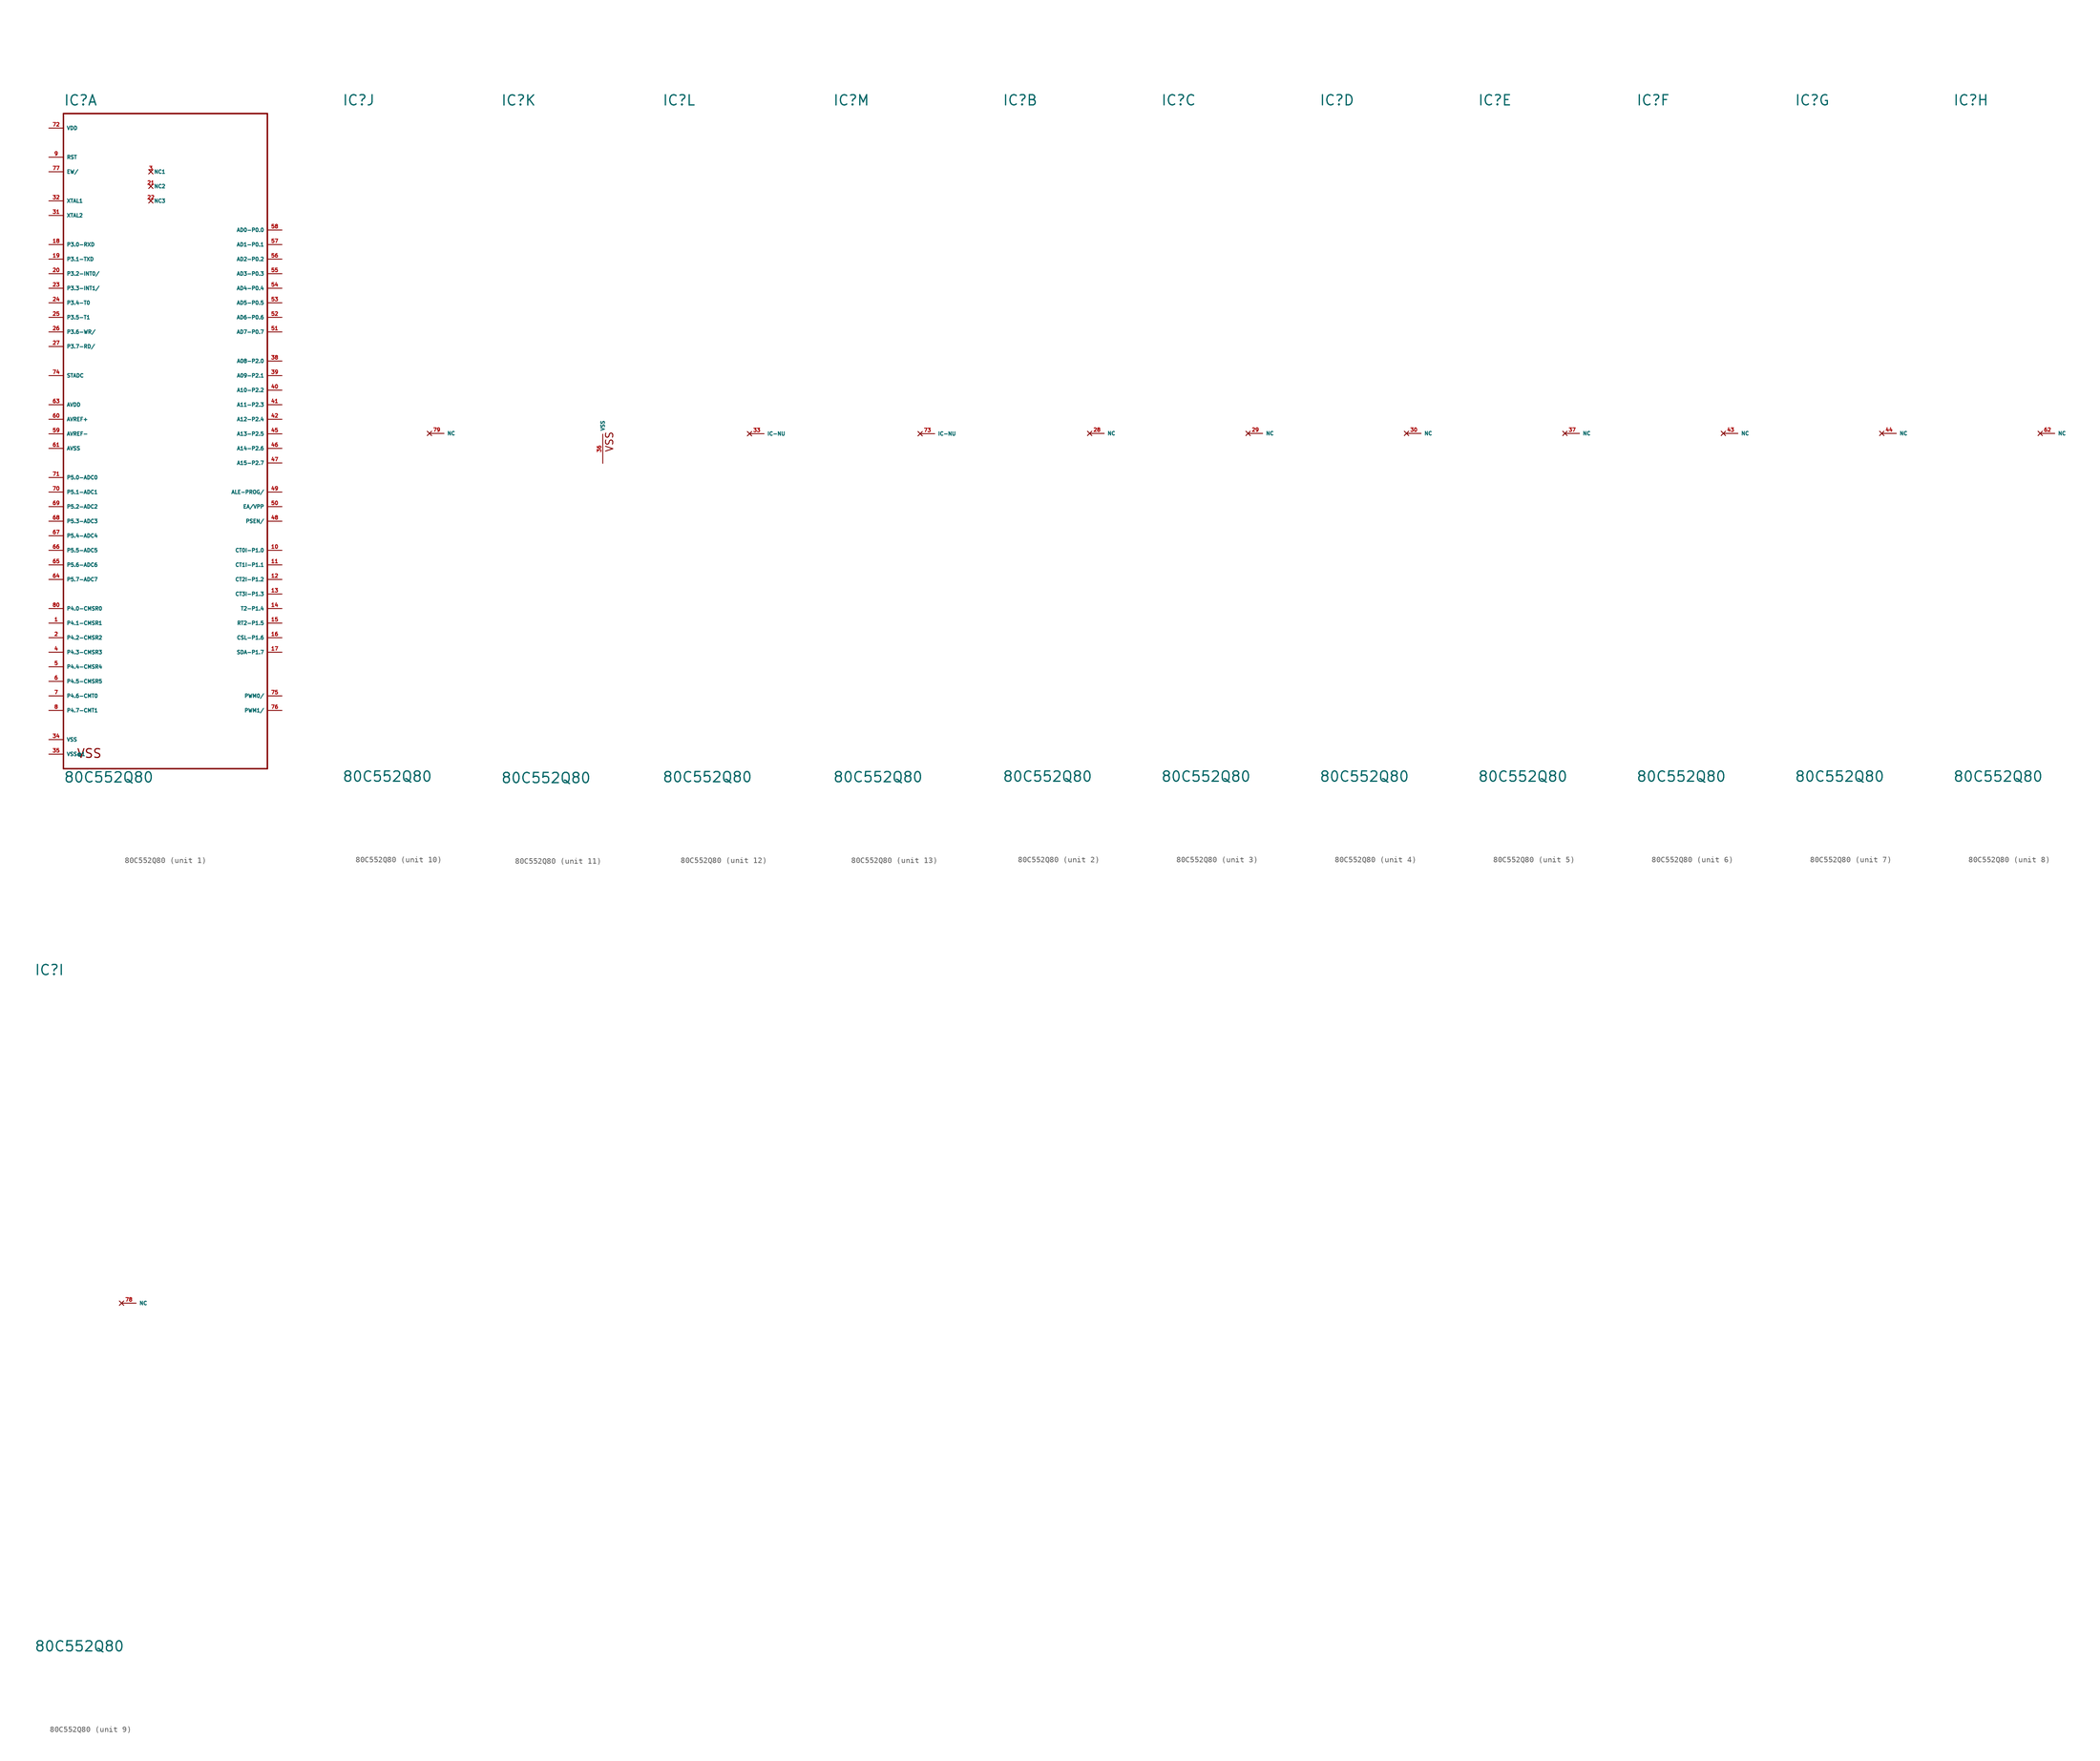
<source format=kicad_sym>
(kicad_symbol_lib
  (version 20220914)
  (generator Eagle2Kicad)
  (symbol "80C552Q80"
    (property "Reference" "IC"
      (at -17.78 57.15 0)
      (effects (font (size 1.778 1.778) (thickness 0.22)) (justify left bottom)))
    (property "Value" "80C552Q80"
      (at -17.78 -60.96 0)
      (effects (font (size 1.778 1.778) (thickness 0.22)) (justify left bottom)))
    (symbol "80C552Q80_1_0"
      (polyline (pts (xy -17.78 55.88) (xy 17.78 55.88)) (stroke (width 0.254) (type default)) (fill (type none)))
      (polyline (pts (xy 17.78 55.88) (xy 17.78 -58.42)) (stroke (width 0.254) (type default)) (fill (type none)))
      (polyline (pts (xy 17.78 -58.42) (xy -17.78 -58.42)) (stroke (width 0.254) (type default)) (fill (type none)))
      (polyline (pts (xy -17.78 -58.42) (xy -17.78 55.88)) (stroke (width 0.254) (type default)) (fill (type none)))
      (text "VSS" (at -15.494 -56.642 0) (effects (font (size 1.524 1.524) (thickness 0.19)) (justify left bottom)))
      (pin bidirectional line (at 20.32 35.56 180) (length 2.54) (name "AD0-P0.0" (effects (font (size 0.635 0.635) (thickness 0.08)) (justify left bottom))) (number "58" (effects (font (size 0.635 0.635) (thickness 0.08)) (justify left bottom))))
      (pin bidirectional line (at 20.32 33.02 180) (length 2.54) (name "AD1-P0.1" (effects (font (size 0.635 0.635) (thickness 0.08)) (justify left bottom))) (number "57" (effects (font (size 0.635 0.635) (thickness 0.08)) (justify left bottom))))
      (pin bidirectional line (at 20.32 30.48 180) (length 2.54) (name "AD2-P0.2" (effects (font (size 0.635 0.635) (thickness 0.08)) (justify left bottom))) (number "56" (effects (font (size 0.635 0.635) (thickness 0.08)) (justify left bottom))))
      (pin bidirectional line (at 20.32 27.94 180) (length 2.54) (name "AD3-P0.3" (effects (font (size 0.635 0.635) (thickness 0.08)) (justify left bottom))) (number "55" (effects (font (size 0.635 0.635) (thickness 0.08)) (justify left bottom))))
      (pin bidirectional line (at 20.32 25.4 180) (length 2.54) (name "AD4-P0.4" (effects (font (size 0.635 0.635) (thickness 0.08)) (justify left bottom))) (number "54" (effects (font (size 0.635 0.635) (thickness 0.08)) (justify left bottom))))
      (pin bidirectional line (at 20.32 22.86 180) (length 2.54) (name "AD5-P0.5" (effects (font (size 0.635 0.635) (thickness 0.08)) (justify left bottom))) (number "53" (effects (font (size 0.635 0.635) (thickness 0.08)) (justify left bottom))))
      (pin bidirectional line (at 20.32 20.32 180) (length 2.54) (name "AD6-P0.6" (effects (font (size 0.635 0.635) (thickness 0.08)) (justify left bottom))) (number "52" (effects (font (size 0.635 0.635) (thickness 0.08)) (justify left bottom))))
      (pin bidirectional line (at 20.32 17.78 180) (length 2.54) (name "AD7-P0.7" (effects (font (size 0.635 0.635) (thickness 0.08)) (justify left bottom))) (number "51" (effects (font (size 0.635 0.635) (thickness 0.08)) (justify left bottom))))
      (pin bidirectional line (at 20.32 -20.32 180) (length 2.54) (name "CT0I-P1.0" (effects (font (size 0.635 0.635) (thickness 0.08)) (justify left bottom))) (number "10" (effects (font (size 0.635 0.635) (thickness 0.08)) (justify left bottom))))
      (pin bidirectional line (at 20.32 -22.86 180) (length 2.54) (name "CT1I-P1.1" (effects (font (size 0.635 0.635) (thickness 0.08)) (justify left bottom))) (number "11" (effects (font (size 0.635 0.635) (thickness 0.08)) (justify left bottom))))
      (pin bidirectional line (at 20.32 -25.4 180) (length 2.54) (name "CT2I-P1.2" (effects (font (size 0.635 0.635) (thickness 0.08)) (justify left bottom))) (number "12" (effects (font (size 0.635 0.635) (thickness 0.08)) (justify left bottom))))
      (pin bidirectional line (at 20.32 -27.94 180) (length 2.54) (name "CT3I-P1.3" (effects (font (size 0.635 0.635) (thickness 0.08)) (justify left bottom))) (number "13" (effects (font (size 0.635 0.635) (thickness 0.08)) (justify left bottom))))
      (pin bidirectional line (at 20.32 -30.48 180) (length 2.54) (name "T2-P1.4" (effects (font (size 0.635 0.635) (thickness 0.08)) (justify left bottom))) (number "14" (effects (font (size 0.635 0.635) (thickness 0.08)) (justify left bottom))))
      (pin bidirectional line (at 20.32 -33.02 180) (length 2.54) (name "RT2-P1.5" (effects (font (size 0.635 0.635) (thickness 0.08)) (justify left bottom))) (number "15" (effects (font (size 0.635 0.635) (thickness 0.08)) (justify left bottom))))
      (pin bidirectional line (at 20.32 -35.56 180) (length 2.54) (name "CSL-P1.6" (effects (font (size 0.635 0.635) (thickness 0.08)) (justify left bottom))) (number "16" (effects (font (size 0.635 0.635) (thickness 0.08)) (justify left bottom))))
      (pin bidirectional line (at 20.32 -38.1 180) (length 2.54) (name "SDA-P1.7" (effects (font (size 0.635 0.635) (thickness 0.08)) (justify left bottom))) (number "17" (effects (font (size 0.635 0.635) (thickness 0.08)) (justify left bottom))))
      (pin bidirectional line (at 20.32 12.7 180) (length 2.54) (name "A08-P2.0" (effects (font (size 0.635 0.635) (thickness 0.08)) (justify left bottom))) (number "38" (effects (font (size 0.635 0.635) (thickness 0.08)) (justify left bottom))))
      (pin bidirectional line (at 20.32 10.16 180) (length 2.54) (name "A09-P2.1" (effects (font (size 0.635 0.635) (thickness 0.08)) (justify left bottom))) (number "39" (effects (font (size 0.635 0.635) (thickness 0.08)) (justify left bottom))))
      (pin bidirectional line (at 20.32 7.62 180) (length 2.54) (name "A10-P2.2" (effects (font (size 0.635 0.635) (thickness 0.08)) (justify left bottom))) (number "40" (effects (font (size 0.635 0.635) (thickness 0.08)) (justify left bottom))))
      (pin bidirectional line (at 20.32 5.08 180) (length 2.54) (name "A11-P2.3" (effects (font (size 0.635 0.635) (thickness 0.08)) (justify left bottom))) (number "41" (effects (font (size 0.635 0.635) (thickness 0.08)) (justify left bottom))))
      (pin bidirectional line (at 20.32 2.54 180) (length 2.54) (name "A12-P2.4" (effects (font (size 0.635 0.635) (thickness 0.08)) (justify left bottom))) (number "42" (effects (font (size 0.635 0.635) (thickness 0.08)) (justify left bottom))))
      (pin bidirectional line (at 20.32 0 180) (length 2.54) (name "A13-P2.5" (effects (font (size 0.635 0.635) (thickness 0.08)) (justify left bottom))) (number "45" (effects (font (size 0.635 0.635) (thickness 0.08)) (justify left bottom))))
      (pin bidirectional line (at 20.32 -2.54 180) (length 2.54) (name "A14-P2.6" (effects (font (size 0.635 0.635) (thickness 0.08)) (justify left bottom))) (number "46" (effects (font (size 0.635 0.635) (thickness 0.08)) (justify left bottom))))
      (pin bidirectional line (at 20.32 -5.08 180) (length 2.54) (name "A15-P2.7" (effects (font (size 0.635 0.635) (thickness 0.08)) (justify left bottom))) (number "47" (effects (font (size 0.635 0.635) (thickness 0.08)) (justify left bottom))))
      (pin bidirectional line (at -20.32 33.02 0) (length 2.54) (name "P3.0-RXD" (effects (font (size 0.635 0.635) (thickness 0.08)) (justify left bottom))) (number "18" (effects (font (size 0.635 0.635) (thickness 0.08)) (justify left bottom))))
      (pin bidirectional line (at -20.32 30.48 0) (length 2.54) (name "P3.1-TXD" (effects (font (size 0.635 0.635) (thickness 0.08)) (justify left bottom))) (number "19" (effects (font (size 0.635 0.635) (thickness 0.08)) (justify left bottom))))
      (pin bidirectional line (at -20.32 27.94 0) (length 2.54) (name "P3.2-INT0/" (effects (font (size 0.635 0.635) (thickness 0.08)) (justify left bottom))) (number "20" (effects (font (size 0.635 0.635) (thickness 0.08)) (justify left bottom))))
      (pin bidirectional line (at -20.32 25.4 0) (length 2.54) (name "P3.3-INT1/" (effects (font (size 0.635 0.635) (thickness 0.08)) (justify left bottom))) (number "23" (effects (font (size 0.635 0.635) (thickness 0.08)) (justify left bottom))))
      (pin bidirectional line (at -20.32 22.86 0) (length 2.54) (name "P3.4-T0" (effects (font (size 0.635 0.635) (thickness 0.08)) (justify left bottom))) (number "24" (effects (font (size 0.635 0.635) (thickness 0.08)) (justify left bottom))))
      (pin bidirectional line (at -20.32 20.32 0) (length 2.54) (name "P3.5-T1" (effects (font (size 0.635 0.635) (thickness 0.08)) (justify left bottom))) (number "25" (effects (font (size 0.635 0.635) (thickness 0.08)) (justify left bottom))))
      (pin bidirectional line (at -20.32 17.78 0) (length 2.54) (name "P3.6-WR/" (effects (font (size 0.635 0.635) (thickness 0.08)) (justify left bottom))) (number "26" (effects (font (size 0.635 0.635) (thickness 0.08)) (justify left bottom))))
      (pin bidirectional line (at -20.32 15.24 0) (length 2.54) (name "P3.7-RD/" (effects (font (size 0.635 0.635) (thickness 0.08)) (justify left bottom))) (number "27" (effects (font (size 0.635 0.635) (thickness 0.08)) (justify left bottom))))
      (pin bidirectional line (at -20.32 -30.48 0) (length 2.54) (name "P4.0-CMSR0" (effects (font (size 0.635 0.635) (thickness 0.08)) (justify left bottom))) (number "80" (effects (font (size 0.635 0.635) (thickness 0.08)) (justify left bottom))))
      (pin bidirectional line (at -20.32 -33.02 0) (length 2.54) (name "P4.1-CMSR1" (effects (font (size 0.635 0.635) (thickness 0.08)) (justify left bottom))) (number "1" (effects (font (size 0.635 0.635) (thickness 0.08)) (justify left bottom))))
      (pin bidirectional line (at -20.32 -35.56 0) (length 2.54) (name "P4.2-CMSR2" (effects (font (size 0.635 0.635) (thickness 0.08)) (justify left bottom))) (number "2" (effects (font (size 0.635 0.635) (thickness 0.08)) (justify left bottom))))
      (pin bidirectional line (at -20.32 -38.1 0) (length 2.54) (name "P4.3-CMSR3" (effects (font (size 0.635 0.635) (thickness 0.08)) (justify left bottom))) (number "4" (effects (font (size 0.635 0.635) (thickness 0.08)) (justify left bottom))))
      (pin bidirectional line (at -20.32 -40.64 0) (length 2.54) (name "P4.4-CMSR4" (effects (font (size 0.635 0.635) (thickness 0.08)) (justify left bottom))) (number "5" (effects (font (size 0.635 0.635) (thickness 0.08)) (justify left bottom))))
      (pin bidirectional line (at -20.32 -43.18 0) (length 2.54) (name "P4.5-CMSR5" (effects (font (size 0.635 0.635) (thickness 0.08)) (justify left bottom))) (number "6" (effects (font (size 0.635 0.635) (thickness 0.08)) (justify left bottom))))
      (pin bidirectional line (at -20.32 -45.72 0) (length 2.54) (name "P4.6-CMT0" (effects (font (size 0.635 0.635) (thickness 0.08)) (justify left bottom))) (number "7" (effects (font (size 0.635 0.635) (thickness 0.08)) (justify left bottom))))
      (pin bidirectional line (at -20.32 -48.26 0) (length 2.54) (name "P4.7-CMT1" (effects (font (size 0.635 0.635) (thickness 0.08)) (justify left bottom))) (number "8" (effects (font (size 0.635 0.635) (thickness 0.08)) (justify left bottom))))
      (pin bidirectional line (at -20.32 -7.62 0) (length 2.54) (name "P5.0-ADC0" (effects (font (size 0.635 0.635) (thickness 0.08)) (justify left bottom))) (number "71" (effects (font (size 0.635 0.635) (thickness 0.08)) (justify left bottom))))
      (pin bidirectional line (at -20.32 -10.16 0) (length 2.54) (name "P5.1-ADC1" (effects (font (size 0.635 0.635) (thickness 0.08)) (justify left bottom))) (number "70" (effects (font (size 0.635 0.635) (thickness 0.08)) (justify left bottom))))
      (pin bidirectional line (at -20.32 -12.7 0) (length 2.54) (name "P5.2-ADC2" (effects (font (size 0.635 0.635) (thickness 0.08)) (justify left bottom))) (number "69" (effects (font (size 0.635 0.635) (thickness 0.08)) (justify left bottom))))
      (pin bidirectional line (at -20.32 -15.24 0) (length 2.54) (name "P5.3-ADC3" (effects (font (size 0.635 0.635) (thickness 0.08)) (justify left bottom))) (number "68" (effects (font (size 0.635 0.635) (thickness 0.08)) (justify left bottom))))
      (pin bidirectional line (at -20.32 -17.78 0) (length 2.54) (name "P5.4-ADC4" (effects (font (size 0.635 0.635) (thickness 0.08)) (justify left bottom))) (number "67" (effects (font (size 0.635 0.635) (thickness 0.08)) (justify left bottom))))
      (pin bidirectional line (at -20.32 -20.32 0) (length 2.54) (name "P5.5-ADC5" (effects (font (size 0.635 0.635) (thickness 0.08)) (justify left bottom))) (number "66" (effects (font (size 0.635 0.635) (thickness 0.08)) (justify left bottom))))
      (pin bidirectional line (at -20.32 -22.86 0) (length 2.54) (name "P5.6-ADC6" (effects (font (size 0.635 0.635) (thickness 0.08)) (justify left bottom))) (number "65" (effects (font (size 0.635 0.635) (thickness 0.08)) (justify left bottom))))
      (pin bidirectional line (at -20.32 -25.4 0) (length 2.54) (name "P5.7-ADC7" (effects (font (size 0.635 0.635) (thickness 0.08)) (justify left bottom))) (number "64" (effects (font (size 0.635 0.635) (thickness 0.08)) (justify left bottom))))
      (pin input line (at -20.32 40.64 0) (length 2.54) (name "XTAL1" (effects (font (size 0.635 0.635) (thickness 0.08)) (justify left bottom))) (number "32" (effects (font (size 0.635 0.635) (thickness 0.08)) (justify left bottom))))
      (pin output line (at -20.32 38.1 0) (length 2.54) (name "XTAL2" (effects (font (size 0.635 0.635) (thickness 0.08)) (justify left bottom))) (number "31" (effects (font (size 0.635 0.635) (thickness 0.08)) (justify left bottom))))
      (pin input line (at 20.32 -12.7 180) (length 2.54) (name "EA/VPP" (effects (font (size 0.635 0.635) (thickness 0.08)) (justify left bottom))) (number "50" (effects (font (size 0.635 0.635) (thickness 0.08)) (justify left bottom))))
      (pin output line (at 20.32 -10.16 180) (length 2.54) (name "ALE-PROG/" (effects (font (size 0.635 0.635) (thickness 0.08)) (justify left bottom))) (number "49" (effects (font (size 0.635 0.635) (thickness 0.08)) (justify left bottom))))
      (pin output line (at 20.32 -15.24 180) (length 2.54) (name "PSEN/" (effects (font (size 0.635 0.635) (thickness 0.08)) (justify left bottom))) (number "48" (effects (font (size 0.635 0.635) (thickness 0.08)) (justify left bottom))))
      (pin bidirectional line (at -20.32 48.26 0) (length 2.54) (name "RST" (effects (font (size 0.635 0.635) (thickness 0.08)) (justify left bottom))) (number "9" (effects (font (size 0.635 0.635) (thickness 0.08)) (justify left bottom))))
      (pin input line (at -20.32 45.72 0) (length 2.54) (name "EW/" (effects (font (size 0.635 0.635) (thickness 0.08)) (justify left bottom))) (number "77" (effects (font (size 0.635 0.635) (thickness 0.08)) (justify left bottom))))
      (pin input line (at -20.32 10.16 0) (length 2.54) (name "STADC" (effects (font (size 0.635 0.635) (thickness 0.08)) (justify left bottom))) (number "74" (effects (font (size 0.635 0.635) (thickness 0.08)) (justify left bottom))))
      (pin input line (at -20.32 0 0) (length 2.54) (name "AVREF-" (effects (font (size 0.635 0.635) (thickness 0.08)) (justify left bottom))) (number "59" (effects (font (size 0.635 0.635) (thickness 0.08)) (justify left bottom))))
      (pin input line (at -20.32 2.54 0) (length 2.54) (name "AVREF+" (effects (font (size 0.635 0.635) (thickness 0.08)) (justify left bottom))) (number "60" (effects (font (size 0.635 0.635) (thickness 0.08)) (justify left bottom))))
      (pin input line (at -20.32 5.08 0) (length 2.54) (name "AVDD" (effects (font (size 0.635 0.635) (thickness 0.08)) (justify left bottom))) (number "63" (effects (font (size 0.635 0.635) (thickness 0.08)) (justify left bottom))))
      (pin input line (at -20.32 -2.54 0) (length 2.54) (name "AVSS" (effects (font (size 0.635 0.635) (thickness 0.08)) (justify left bottom))) (number "61" (effects (font (size 0.635 0.635) (thickness 0.08)) (justify left bottom))))
      (pin unspecified line (at -20.32 -53.34 0) (length 2.54) (name "VSS" (effects (font (size 0.635 0.635) (thickness 0.08)) (justify left bottom))) (number "34" (effects (font (size 0.635 0.635) (thickness 0.08)) (justify left bottom))))
      (pin unspecified line (at -20.32 53.34 0) (length 2.54) (name "VDD" (effects (font (size 0.635 0.635) (thickness 0.08)) (justify left bottom))) (number "72" (effects (font (size 0.635 0.635) (thickness 0.08)) (justify left bottom))))
      (pin unspecified line (at -20.32 -55.88 0) (length 2.54) (name "VSS@1" (effects (font (size 0.635 0.635) (thickness 0.08)) (justify left bottom))) (number "35" (effects (font (size 0.635 0.635) (thickness 0.08)) (justify left bottom))))
      (pin no_connect line (at -2.54 45.72 0) (length 0) (name "NC1" (effects (font (size 0.635 0.635) (thickness 0.08)) (justify left bottom) hide)) (number "3" (effects (font (size 0.635 0.635) (thickness 0.08)) (justify left bottom) hide)))
      (pin no_connect line (at -2.54 43.18 0) (length 0) (name "NC2" (effects (font (size 0.635 0.635) (thickness 0.08)) (justify left bottom) hide)) (number "21" (effects (font (size 0.635 0.635) (thickness 0.08)) (justify left bottom) hide)))
      (pin output line (at 20.32 -45.72 180) (length 2.54) (name "PWM0/" (effects (font (size 0.635 0.635) (thickness 0.08)) (justify left bottom))) (number "75" (effects (font (size 0.635 0.635) (thickness 0.08)) (justify left bottom))))
      (pin output line (at 20.32 -48.26 180) (length 2.54) (name "PWM1/" (effects (font (size 0.635 0.635) (thickness 0.08)) (justify left bottom))) (number "76" (effects (font (size 0.635 0.635) (thickness 0.08)) (justify left bottom))))
      (pin no_connect line (at -2.54 40.64 0) (length 0) (name "NC3" (effects (font (size 0.635 0.635) (thickness 0.08)) (justify left bottom) hide)) (number "22" (effects (font (size 0.635 0.635) (thickness 0.08)) (justify left bottom) hide))))
    (symbol "80C552Q80_2_0"
      (pin no_connect line (at -2.54 0 0) (length 2.54) (name "NC" (effects (font (size 0.635 0.635) (thickness 0.08)) (justify left bottom) hide)) (number "28" (effects (font (size 0.635 0.635) (thickness 0.08)) (justify left bottom) hide))))
    (symbol "80C552Q80_3_0"
      (pin no_connect line (at -2.54 0 0) (length 2.54) (name "NC" (effects (font (size 0.635 0.635) (thickness 0.08)) (justify left bottom) hide)) (number "29" (effects (font (size 0.635 0.635) (thickness 0.08)) (justify left bottom) hide))))
    (symbol "80C552Q80_4_0"
      (pin no_connect line (at -2.54 0 0) (length 2.54) (name "NC" (effects (font (size 0.635 0.635) (thickness 0.08)) (justify left bottom) hide)) (number "30" (effects (font (size 0.635 0.635) (thickness 0.08)) (justify left bottom) hide))))
    (symbol "80C552Q80_5_0"
      (pin no_connect line (at -2.54 0 0) (length 2.54) (name "NC" (effects (font (size 0.635 0.635) (thickness 0.08)) (justify left bottom) hide)) (number "37" (effects (font (size 0.635 0.635) (thickness 0.08)) (justify left bottom) hide))))
    (symbol "80C552Q80_6_0"
      (pin no_connect line (at -2.54 0 0) (length 2.54) (name "NC" (effects (font (size 0.635 0.635) (thickness 0.08)) (justify left bottom) hide)) (number "43" (effects (font (size 0.635 0.635) (thickness 0.08)) (justify left bottom) hide))))
    (symbol "80C552Q80_7_0"
      (pin no_connect line (at -2.54 0 0) (length 2.54) (name "NC" (effects (font (size 0.635 0.635) (thickness 0.08)) (justify left bottom) hide)) (number "44" (effects (font (size 0.635 0.635) (thickness 0.08)) (justify left bottom) hide))))
    (symbol "80C552Q80_8_0"
      (pin no_connect line (at -2.54 0 0) (length 2.54) (name "NC" (effects (font (size 0.635 0.635) (thickness 0.08)) (justify left bottom) hide)) (number "62" (effects (font (size 0.635 0.635) (thickness 0.08)) (justify left bottom) hide))))
    (symbol "80C552Q80_9_0"
      (pin no_connect line (at -2.54 0 0) (length 2.54) (name "NC" (effects (font (size 0.635 0.635) (thickness 0.08)) (justify left bottom) hide)) (number "78" (effects (font (size 0.635 0.635) (thickness 0.08)) (justify left bottom) hide))))
    (symbol "80C552Q80_10_0"
      (pin no_connect line (at -2.54 0 0) (length 2.54) (name "NC" (effects (font (size 0.635 0.635) (thickness 0.08)) (justify left bottom) hide)) (number "79" (effects (font (size 0.635 0.635) (thickness 0.08)) (justify left bottom) hide))))
    (symbol "80C552Q80_11_0"
      (text "VSS" (at 1.905 -3.175 900) (effects (font (size 1.27 1.27) (thickness 0.16)) (justify left bottom)))
      (pin unspecified line (at 0 -5.08 90) (length 5.08) (name "VSS" (effects (font (size 0.635 0.635) (thickness 0.08)) (justify left bottom))) (number "36" (effects (font (size 0.635 0.635) (thickness 0.08)) (justify left bottom)))))
    (symbol "80C552Q80_12_0"
      (pin no_connect line (at -2.54 0 0) (length 2.54) (name "IC-NU" (effects (font (size 0.635 0.635) (thickness 0.08)) (justify left bottom) hide)) (number "33" (effects (font (size 0.635 0.635) (thickness 0.08)) (justify left bottom) hide))))
    (symbol "80C552Q80_13_0"
      (pin no_connect line (at -2.54 0 0) (length 2.54) (name "IC-NU" (effects (font (size 0.635 0.635) (thickness 0.08)) (justify left bottom) hide)) (number "73" (effects (font (size 0.635 0.635) (thickness 0.08)) (justify left bottom) hide))))))
</source>
